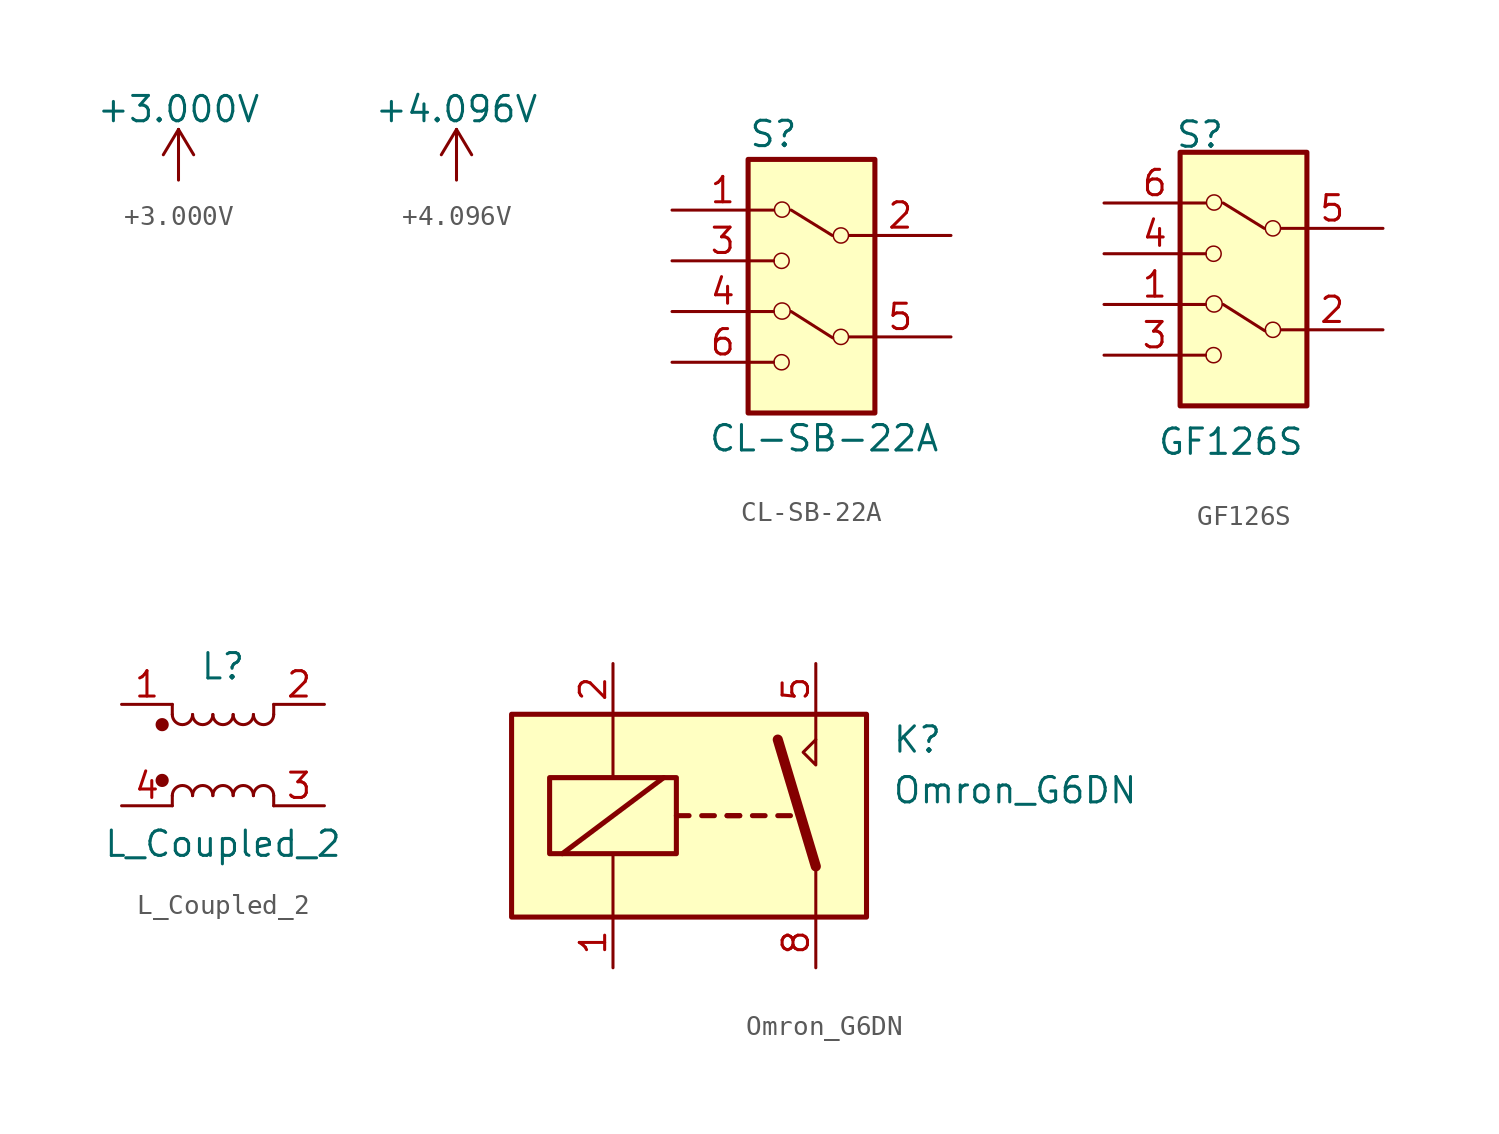
<source format=kicad_sym>
(kicad_symbol_lib
  (version 20211014)
  (generator kicad_symbol_editor)
  (symbol "+3.000V"
    (power)
    (pin_names
      (offset 0))
    (property "Reference" "#PWR"
      (at 0 -3.81 0)
      (effects (font (size 1.27 1.27)) hide))
    (property "Value" "+3.000V"
      (at 0 3.556 0)
      (effects (font (size 1.27 1.27))))
    (symbol "+3.000V_0_1"
      (polyline (pts (xy -0.762 1.27) (xy 0 2.54)) (stroke (width 0) (type default) (color 0 0 0 0)) (fill (type none)))
      (polyline (pts (xy 0 0) (xy 0 2.54)) (stroke (width 0) (type default) (color 0 0 0 0)) (fill (type none)))
      (polyline (pts (xy 0 2.54) (xy 0.762 1.27)) (stroke (width 0) (type default) (color 0 0 0 0)) (fill (type none))))
    (symbol "+3.000V_1_1"
      (pin power_in line (at 0 0 90) (length 0) hide (name "+3.000V" (effects (font (size 1.27 1.27)))) (number "1" (effects (font (size 1.27 1.27)))))))
  (symbol "+4.096V"
    (power)
    (pin_names
      (offset 0))
    (property "Reference" "#PWR"
      (at 0 -3.81 0)
      (effects (font (size 1.27 1.27)) hide))
    (property "Value" "+4.096V"
      (at 0 3.556 0)
      (effects (font (size 1.27 1.27))))
    (symbol "+4.096V_0_1"
      (polyline (pts (xy -0.762 1.27) (xy 0 2.54)) (stroke (width 0) (type default) (color 0 0 0 0)) (fill (type none)))
      (polyline (pts (xy 0 0) (xy 0 2.54)) (stroke (width 0) (type default) (color 0 0 0 0)) (fill (type none)))
      (polyline (pts (xy 0 2.54) (xy 0.762 1.27)) (stroke (width 0) (type default) (color 0 0 0 0)) (fill (type none))))
    (symbol "+4.096V_1_1"
      (pin power_in line (at 0 0 90) (length 0) hide (name "+4.096V" (effects (font (size 1.27 1.27)))) (number "1" (effects (font (size 1.27 1.27)))))))
  (symbol "CL-SB-22A"
    (pin_names
      (offset 1.016))
    (property "Reference" "S"
      (at -2.54 7.62 0)
      (effects (font (size 1.27 1.27))))
    (property "Value" "CL-SB-22A"
      (at 0 -7.62 0)
      (effects (font (size 1.27 1.27))))
    (symbol "CL-SB-22A_1_1"
      (rectangle (start -3.81 6.35) (end 2.54 -6.35) (stroke (width 0.254) (type default) (color 0 0 0 0)) (fill (type background)))
      (circle (center -2.134 -3.81) (radius 0.381) (stroke (width 0.076) (type default) (color 0 0 0 0)) (fill (type none)))
      (circle (center -2.134 1.27) (radius 0.381) (stroke (width 0.076) (type default) (color 0 0 0 0)) (fill (type none)))
      (circle (center -2.108 -1.245) (radius 0.406) (stroke (width 0.076) (type default) (color 0 0 0 0)) (fill (type none)))
      (circle (center -2.108 3.835) (radius 0.381) (stroke (width 0.076) (type default) (color 0 0 0 0)) (fill (type none)))
      (polyline (pts (xy 0.406 2.54) (xy -1.651 3.81)) (stroke (width 0.152) (type default) (color 0 0 0 0)) (fill (type none)))
      (polyline (pts (xy 0.432 -2.591) (xy -1.651 -1.27)) (stroke (width 0.152) (type default) (color 0 0 0 0)) (fill (type none)))
      (circle (center 0.838 -2.54) (radius 0.381) (stroke (width 0.076) (type default) (color 0 0 0 0)) (fill (type none)))
      (circle (center 0.838 2.54) (radius 0.381) (stroke (width 0.076) (type default) (color 0 0 0 0)) (fill (type none)))
      (pin passive line (at -7.62 3.81 0) (length 5.08) (name "~" (effects (font (size 1.27 1.27)))) (number "1" (effects (font (size 1.27 1.27)))))
      (pin passive line (at 6.35 2.54 180) (length 5.08) (name "~" (effects (font (size 1.27 1.27)))) (number "2" (effects (font (size 1.27 1.27)))))
      (pin passive line (at -7.62 1.27 0) (length 5.08) (name "~" (effects (font (size 1.27 1.27)))) (number "3" (effects (font (size 1.27 1.27)))))
      (pin passive line (at -7.62 -1.27 0) (length 5.08) (name "~" (effects (font (size 1.27 1.27)))) (number "4" (effects (font (size 1.27 1.27)))))
      (pin passive line (at 6.35 -2.54 180) (length 5.08) (name "~" (effects (font (size 1.27 1.27)))) (number "5" (effects (font (size 1.27 1.27)))))
      (pin passive line (at -7.62 -3.81 0) (length 5.08) (name "~" (effects (font (size 1.27 1.27)))) (number "6" (effects (font (size 1.27 1.27)))))))
  (symbol "GF126S"
    (pin_names
      (offset 1.016))
    (property "Reference" "S"
      (at -2.794 7.976 0)
      (effects (font (size 1.27 1.27)) (justify left top)))
    (property "Value" "GF126S"
      (at 0 -8.89 0)
      (effects (font (size 1.27 1.27)) (justify bottom)))
    (symbol "GF126S_0_1"
      (rectangle (start -2.54 6.35) (end 3.81 -6.35) (stroke (width 0.254) (type default) (color 0 0 0 0)) (fill (type background)))
      (circle (center -0.864 -3.81) (radius 0.381) (stroke (width 0.076) (type default) (color 0 0 0 0)) (fill (type none)))
      (circle (center -0.864 1.27) (radius 0.381) (stroke (width 0.076) (type default) (color 0 0 0 0)) (fill (type none)))
      (circle (center -0.838 -1.245) (radius 0.406) (stroke (width 0.076) (type default) (color 0 0 0 0)) (fill (type none)))
      (circle (center -0.838 3.835) (radius 0.381) (stroke (width 0.076) (type default) (color 0 0 0 0)) (fill (type none)))
      (polyline (pts (xy 1.676 2.54) (xy -0.381 3.81)) (stroke (width 0.152) (type default) (color 0 0 0 0)) (fill (type none)))
      (polyline (pts (xy 1.702 -2.591) (xy -0.381 -1.27)) (stroke (width 0.152) (type default) (color 0 0 0 0)) (fill (type none)))
      (circle (center 2.108 -2.54) (radius 0.381) (stroke (width 0.076) (type default) (color 0 0 0 0)) (fill (type none)))
      (circle (center 2.108 2.54) (radius 0.381) (stroke (width 0.076) (type default) (color 0 0 0 0)) (fill (type none))))
    (symbol "GF126S_1_1"
      (pin passive line (at -6.35 -1.27 0) (length 5.08) (name "~" (effects (font (size 1.27 1.27)))) (number "1" (effects (font (size 1.27 1.27)))))
      (pin passive line (at 7.62 -2.54 180) (length 5.08) (name "~" (effects (font (size 1.27 1.27)))) (number "2" (effects (font (size 1.27 1.27)))))
      (pin passive line (at -6.35 -3.81 0) (length 5.08) (name "~" (effects (font (size 1.27 1.27)))) (number "3" (effects (font (size 1.27 1.27)))))
      (pin passive line (at -6.35 1.27 0) (length 5.08) (name "~" (effects (font (size 1.27 1.27)))) (number "4" (effects (font (size 1.27 1.27)))))
      (pin passive line (at 7.62 2.54 180) (length 5.08) (name "~" (effects (font (size 1.27 1.27)))) (number "5" (effects (font (size 1.27 1.27)))))
      (pin passive line (at -6.35 3.81 0) (length 5.08) (name "~" (effects (font (size 1.27 1.27)))) (number "6" (effects (font (size 1.27 1.27)))))))
  (symbol "L_Coupled_2"
    (pin_names
      (offset 0.254) hide)
    (property "Reference" "L"
      (at 0 4.445 0)
      (effects (font (size 1.27 1.27))))
    (property "Value" "L_Coupled_2"
      (at 0 -4.445 0)
      (effects (font (size 1.27 1.27))))
    (symbol "L_Coupled_2_0_1"
      (circle (center -3.048 -1.27) (radius 0.254) (stroke (width 0) (type default) (color 0 0 0 0)) (fill (type outline)))
      (circle (center -3.048 1.524) (radius 0.254) (stroke (width 0) (type default) (color 0 0 0 0)) (fill (type outline)))
      (arc (start -2.54 2.032) (mid -2.032 1.524) (end -1.524 2.032) (stroke (width 0) (type default) (color 0 0 0 0)) (fill (type none)))
      (arc (start -1.524 -2.032) (mid -2.032 -1.524) (end -2.54 -2.032) (stroke (width 0) (type default) (color 0 0 0 0)) (fill (type none)))
      (arc (start -1.524 2.032) (mid -1.016 1.524) (end -0.508 2.032) (stroke (width 0) (type default) (color 0 0 0 0)) (fill (type none)))
      (arc (start -0.508 -2.032) (mid -1.016 -1.524) (end -1.524 -2.032) (stroke (width 0) (type default) (color 0 0 0 0)) (fill (type none)))
      (arc (start -0.508 2.032) (mid 0 1.524) (end 0.508 2.032) (stroke (width 0) (type default) (color 0 0 0 0)) (fill (type none)))
      (polyline (pts (xy -2.54 -2.032) (xy -2.54 -2.54)) (stroke (width 0) (type default) (color 0 0 0 0)) (fill (type none)))
      (polyline (pts (xy -2.54 2.032) (xy -2.54 2.54)) (stroke (width 0) (type default) (color 0 0 0 0)) (fill (type none)))
      (polyline (pts (xy 2.54 -2.032) (xy 2.54 -2.54)) (stroke (width 0) (type default) (color 0 0 0 0)) (fill (type none)))
      (polyline (pts (xy 2.54 2.54) (xy 2.54 2.032)) (stroke (width 0) (type default) (color 0 0 0 0)) (fill (type none)))
      (arc (start 0.508 -2.032) (mid 0 -1.524) (end -0.508 -2.032) (stroke (width 0) (type default) (color 0 0 0 0)) (fill (type none)))
      (arc (start 0.508 2.032) (mid 1.016 1.524) (end 1.524 2.032) (stroke (width 0) (type default) (color 0 0 0 0)) (fill (type none)))
      (arc (start 1.524 -2.032) (mid 1.016 -1.524) (end 0.508 -2.032) (stroke (width 0) (type default) (color 0 0 0 0)) (fill (type none)))
      (arc (start 1.524 2.032) (mid 2.032 1.524) (end 2.54 2.032) (stroke (width 0) (type default) (color 0 0 0 0)) (fill (type none)))
      (arc (start 2.54 -2.032) (mid 2.032 -1.524) (end 1.524 -2.032) (stroke (width 0) (type default) (color 0 0 0 0)) (fill (type none))))
    (symbol "L_Coupled_2_1_1"
      (pin passive line (at -5.08 2.54 0) (length 2.54) (name "1" (effects (font (size 1.27 1.27)))) (number "1" (effects (font (size 1.27 1.27)))))
      (pin passive line (at 5.08 2.54 180) (length 2.54) (name "2" (effects (font (size 1.27 1.27)))) (number "2" (effects (font (size 1.27 1.27)))))
      (pin passive line (at 5.08 -2.54 180) (length 2.54) (name "3" (effects (font (size 1.27 1.27)))) (number "3" (effects (font (size 1.27 1.27)))))
      (pin passive line (at -5.08 -2.54 0) (length 2.54) (name "4" (effects (font (size 1.27 1.27)))) (number "4" (effects (font (size 1.27 1.27)))))))
  (symbol "Omron_G6DN"
    (pin_names
      (offset 1.016))
    (property "Reference" "K"
      (at 8.89 3.81 0)
      (effects (font (size 1.27 1.27)) (justify left)))
    (property "Value" "Omron_G6DN"
      (at 8.89 1.27 0)
      (effects (font (size 1.27 1.27)) (justify left)))
    (symbol "Omron_G6DN_0_0"
      (polyline (pts (xy 5.08 3.81) (xy 5.08 5.08)) (stroke (width 0) (type default) (color 0 0 0 0)) (fill (type none)))
      (polyline (pts (xy 5.08 3.81) (xy 5.08 2.54) (xy 4.445 3.175) (xy 5.08 3.81)) (stroke (width 0) (type default) (color 0 0 0 0)) (fill (type none))))
    (symbol "Omron_G6DN_0_1"
      (rectangle (start -10.16 5.08) (end 7.62 -5.08) (stroke (width 0.254) (type default) (color 0 0 0 0)) (fill (type background)))
      (rectangle (start -8.255 1.905) (end -1.905 -1.905) (stroke (width 0.254) (type default) (color 0 0 0 0)) (fill (type none)))
      (polyline (pts (xy -7.62 -1.905) (xy -2.54 1.905)) (stroke (width 0.254) (type default) (color 0 0 0 0)) (fill (type none)))
      (polyline (pts (xy -5.08 -5.08) (xy -5.08 -1.905)) (stroke (width 0) (type default) (color 0 0 0 0)) (fill (type none)))
      (polyline (pts (xy -5.08 5.08) (xy -5.08 1.905)) (stroke (width 0) (type default) (color 0 0 0 0)) (fill (type none)))
      (polyline (pts (xy -1.905 0) (xy -1.27 0)) (stroke (width 0.254) (type default) (color 0 0 0 0)) (fill (type none)))
      (polyline (pts (xy -0.635 0) (xy 0 0)) (stroke (width 0.254) (type default) (color 0 0 0 0)) (fill (type none)))
      (polyline (pts (xy 0.635 0) (xy 1.27 0)) (stroke (width 0.254) (type default) (color 0 0 0 0)) (fill (type none)))
      (polyline (pts (xy 0.635 0) (xy 1.27 0)) (stroke (width 0.254) (type default) (color 0 0 0 0)) (fill (type none)))
      (polyline (pts (xy 1.905 0) (xy 2.54 0)) (stroke (width 0.254) (type default) (color 0 0 0 0)) (fill (type none)))
      (polyline (pts (xy 3.175 0) (xy 3.81 0)) (stroke (width 0.254) (type default) (color 0 0 0 0)) (fill (type none)))
      (polyline (pts (xy 5.08 -2.54) (xy 3.175 3.81)) (stroke (width 0.508) (type default) (color 0 0 0 0)) (fill (type none)))
      (polyline (pts (xy 5.08 -2.54) (xy 5.08 -5.08)) (stroke (width 0) (type default) (color 0 0 0 0)) (fill (type none))))
    (symbol "Omron_G6DN_1_1"
      (pin passive line (at -5.08 -7.62 90) (length 2.54) (name "~" (effects (font (size 1.27 1.27)))) (number "1" (effects (font (size 1.27 1.27)))))
      (pin passive line (at -5.08 7.62 270) (length 2.54) (name "~" (effects (font (size 1.27 1.27)))) (number "2" (effects (font (size 1.27 1.27)))))
      (pin passive line (at 5.08 7.62 270) (length 2.54) (name "~" (effects (font (size 1.27 1.27)))) (number "5" (effects (font (size 1.27 1.27)))))
      (pin passive line (at 5.08 -7.62 90) (length 2.54) (name "~" (effects (font (size 1.27 1.27)))) (number "8" (effects (font (size 1.27 1.27))))))))
</source>
